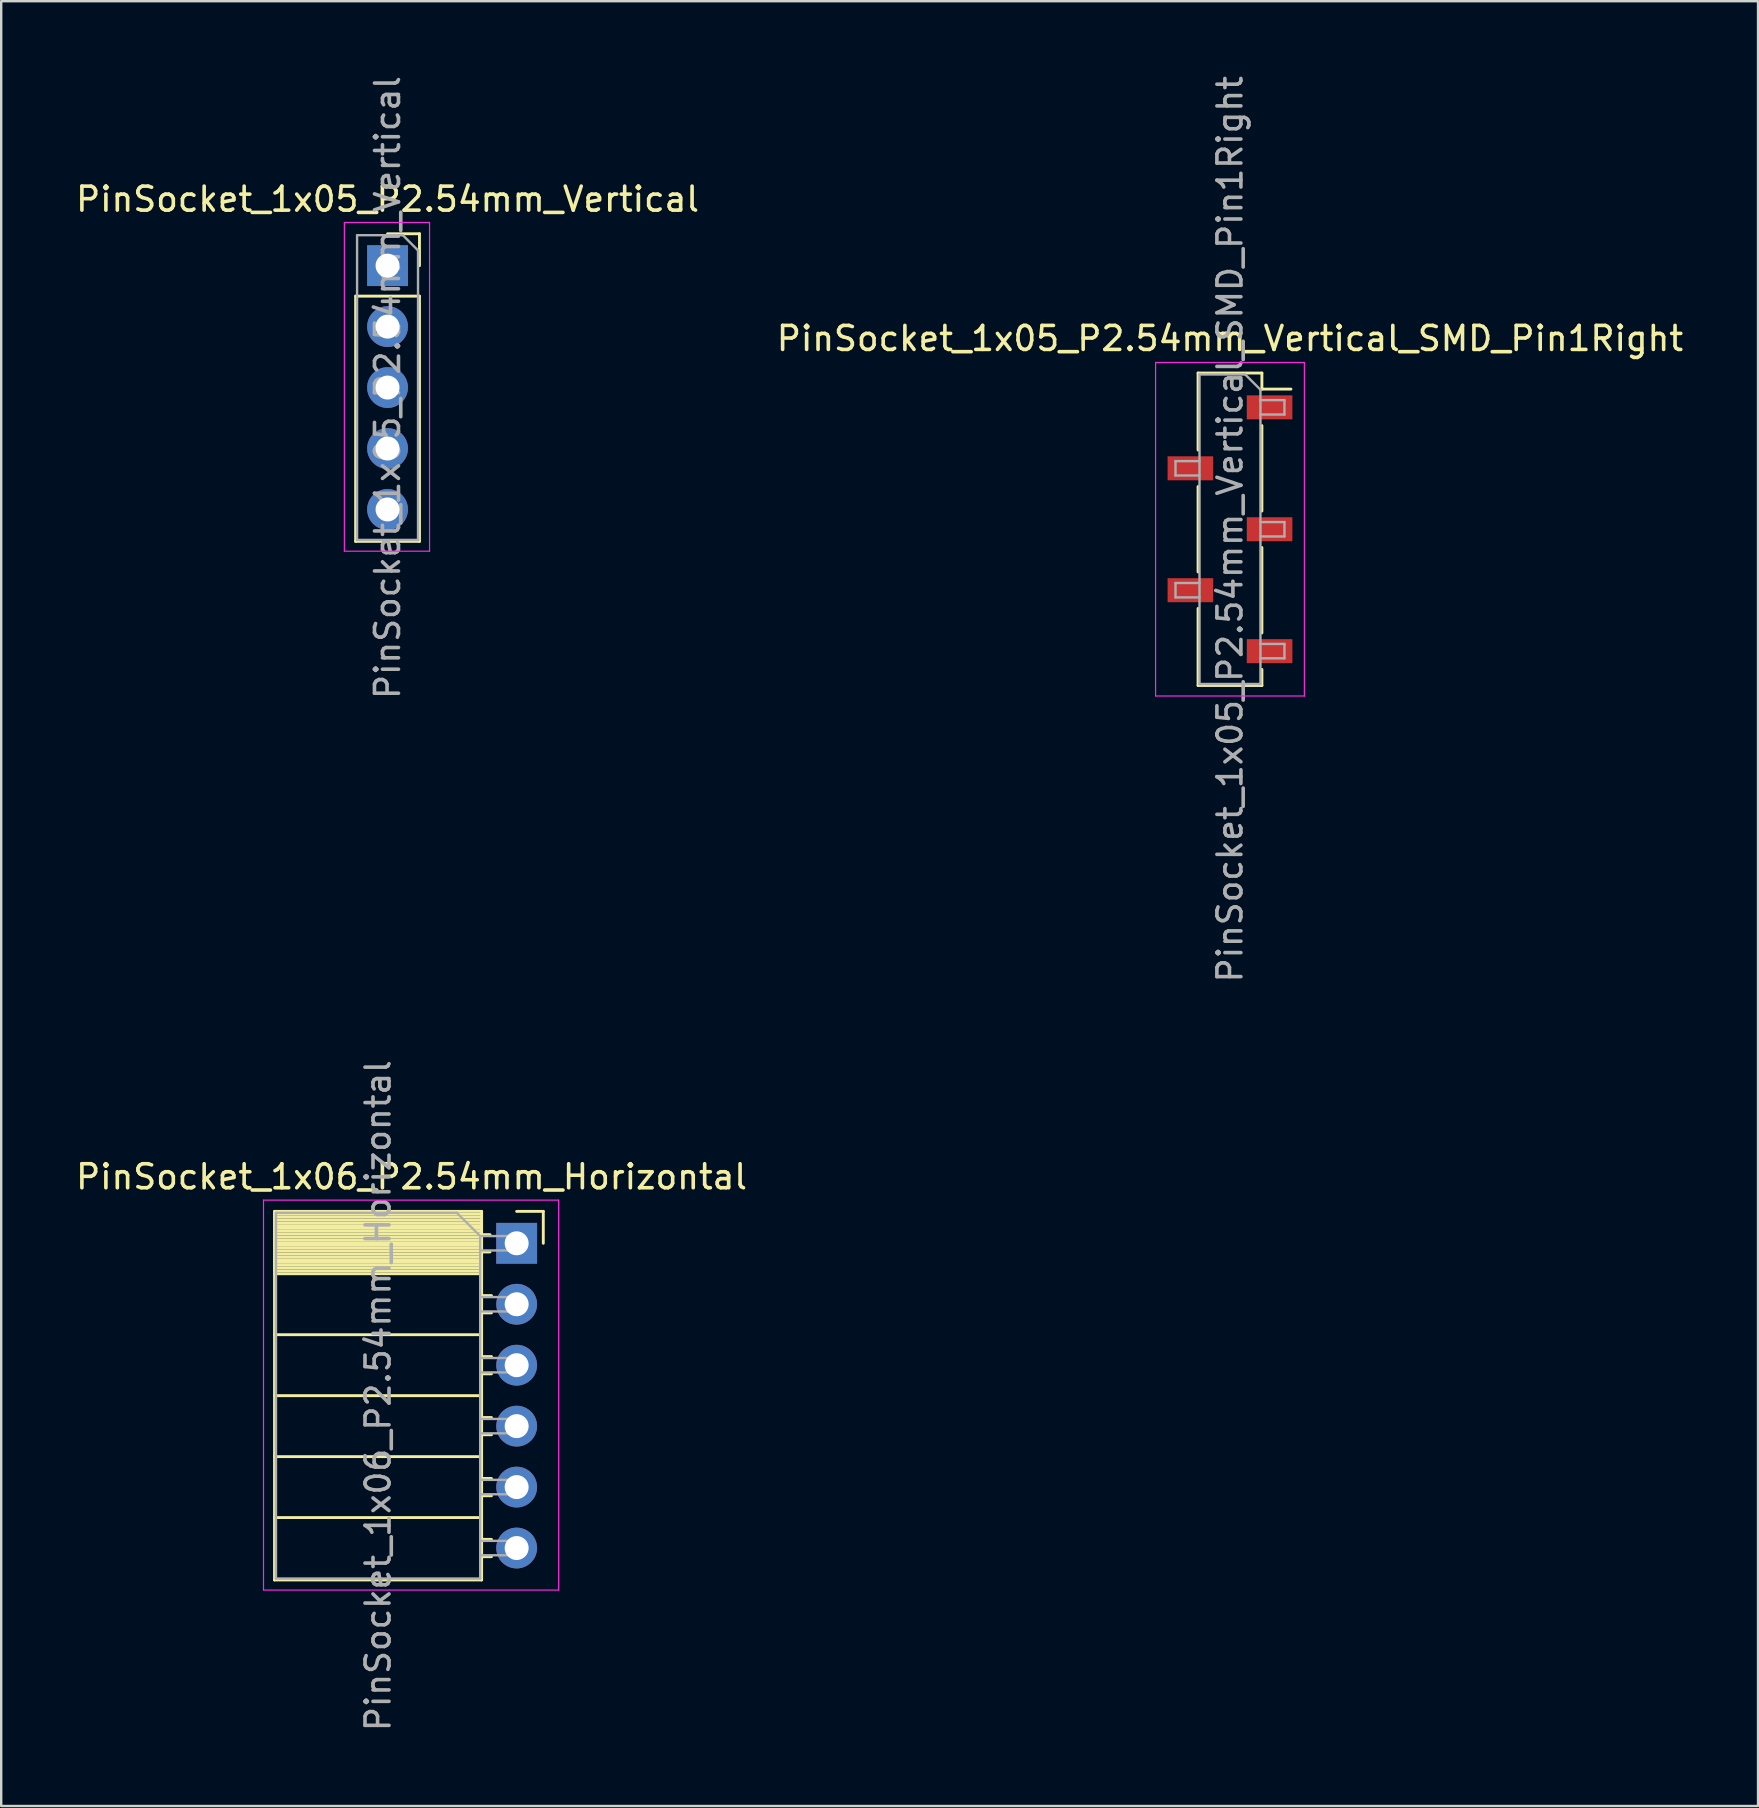
<source format=kicad_pcb>
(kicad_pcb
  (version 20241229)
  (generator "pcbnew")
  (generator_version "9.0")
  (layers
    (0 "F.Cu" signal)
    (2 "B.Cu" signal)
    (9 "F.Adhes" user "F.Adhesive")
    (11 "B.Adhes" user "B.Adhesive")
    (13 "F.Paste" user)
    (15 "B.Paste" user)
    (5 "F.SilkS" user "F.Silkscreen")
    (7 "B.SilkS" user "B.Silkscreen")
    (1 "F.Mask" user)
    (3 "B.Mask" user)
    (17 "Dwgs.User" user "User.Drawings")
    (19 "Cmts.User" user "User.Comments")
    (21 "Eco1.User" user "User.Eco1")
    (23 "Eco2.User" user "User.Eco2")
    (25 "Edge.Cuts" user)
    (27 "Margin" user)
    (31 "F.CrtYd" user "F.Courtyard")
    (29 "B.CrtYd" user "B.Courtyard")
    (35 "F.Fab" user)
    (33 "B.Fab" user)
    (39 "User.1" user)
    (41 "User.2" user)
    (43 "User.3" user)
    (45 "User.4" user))
  (footprint "PinSocket_1x05_P2.54mm_Vertical_SMD_Pin1Right"
    (layer "F.Cu")
    (at 48.208 19.006)
    (property "Reference" "PinSocket_1x05_P2.54mm_Vertical_SMD_Pin1Right" (at 0 -7.95 0) (layer "F.SilkS") (effects (font (size 1 1) (thickness 0.15))))
    (attr smd)
    (fp_line (start -1.33 -6.51) (end -1.33 -3.3) (stroke (width 0.12) (type solid)) (layer "F.SilkS"))
    (fp_line (start -1.33 -6.51) (end 1.33 -6.51) (stroke (width 0.12) (type solid)) (layer "F.SilkS"))
    (fp_line (start -1.33 -1.78) (end -1.33 1.78) (stroke (width 0.12) (type solid)) (layer "F.SilkS"))
    (fp_line (start -1.33 3.3) (end -1.33 6.51) (stroke (width 0.12) (type solid)) (layer "F.SilkS"))
    (fp_line (start -1.33 6.51) (end 1.33 6.51) (stroke (width 0.12) (type solid)) (layer "F.SilkS"))
    (fp_line (start 1.33 -6.51) (end 1.33 -5.84) (stroke (width 0.12) (type solid)) (layer "F.SilkS"))
    (fp_line (start 1.33 -5.84) (end 2.54 -5.84) (stroke (width 0.12) (type solid)) (layer "F.SilkS"))
    (fp_line (start 1.33 -4.32) (end 1.33 -0.76) (stroke (width 0.12) (type solid)) (layer "F.SilkS"))
    (fp_line (start 1.33 0.76) (end 1.33 4.32) (stroke (width 0.12) (type solid)) (layer "F.SilkS"))
    (fp_line (start 1.33 5.84) (end 1.33 6.51) (stroke (width 0.12) (type solid)) (layer "F.SilkS"))
    (fp_line (start -3.1 -6.95) (end 3.1 -6.95) (stroke (width 0.05) (type solid)) (layer "F.CrtYd"))
    (fp_line (start -3.1 6.95) (end -3.1 -6.95) (stroke (width 0.05) (type solid)) (layer "F.CrtYd"))
    (fp_line (start 3.1 -6.95) (end 3.1 6.95) (stroke (width 0.05) (type solid)) (layer "F.CrtYd"))
    (fp_line (start 3.1 6.95) (end -3.1 6.95) (stroke (width 0.05) (type solid)) (layer "F.CrtYd"))
    (fp_line (start -2.27 -2.84) (end -1.27 -2.84) (stroke (width 0.1) (type solid)) (layer "F.Fab"))
    (fp_line (start -2.27 -2.24) (end -2.27 -2.84) (stroke (width 0.1) (type solid)) (layer "F.Fab"))
    (fp_line (start -2.27 2.24) (end -1.27 2.24) (stroke (width 0.1) (type solid)) (layer "F.Fab"))
    (fp_line (start -2.27 2.84) (end -2.27 2.24) (stroke (width 0.1) (type solid)) (layer "F.Fab"))
    (fp_line (start -1.27 -6.45) (end 0.635 -6.45) (stroke (width 0.1) (type solid)) (layer "F.Fab"))
    (fp_line (start -1.27 -2.24) (end -2.27 -2.24) (stroke (width 0.1) (type solid)) (layer "F.Fab"))
    (fp_line (start -1.27 2.84) (end -2.27 2.84) (stroke (width 0.1) (type solid)) (layer "F.Fab"))
    (fp_line (start -1.27 6.45) (end -1.27 -6.45) (stroke (width 0.1) (type solid)) (layer "F.Fab"))
    (fp_line (start 0.635 -6.45) (end 1.27 -5.815) (stroke (width 0.1) (type solid)) (layer "F.Fab"))
    (fp_line (start 1.27 -5.815) (end 1.27 6.45) (stroke (width 0.1) (type solid)) (layer "F.Fab"))
    (fp_line (start 1.27 -5.38) (end 2.27 -5.38) (stroke (width 0.1) (type solid)) (layer "F.Fab"))
    (fp_line (start 1.27 -0.3) (end 2.27 -0.3) (stroke (width 0.1) (type solid)) (layer "F.Fab"))
    (fp_line (start 1.27 4.78) (end 2.27 4.78) (stroke (width 0.1) (type solid)) (layer "F.Fab"))
    (fp_line (start 1.27 6.45) (end -1.27 6.45) (stroke (width 0.1) (type solid)) (layer "F.Fab"))
    (fp_line (start 2.27 -5.38) (end 2.27 -4.78) (stroke (width 0.1) (type solid)) (layer "F.Fab"))
    (fp_line (start 2.27 -4.78) (end 1.27 -4.78) (stroke (width 0.1) (type solid)) (layer "F.Fab"))
    (fp_line (start 2.27 -0.3) (end 2.27 0.3) (stroke (width 0.1) (type solid)) (layer "F.Fab"))
    (fp_line (start 2.27 0.3) (end 1.27 0.3) (stroke (width 0.1) (type solid)) (layer "F.Fab"))
    (fp_line (start 2.27 4.78) (end 2.27 5.38) (stroke (width 0.1) (type solid)) (layer "F.Fab"))
    (fp_line (start 2.27 5.38) (end 1.27 5.38) (stroke (width 0.1) (type solid)) (layer "F.Fab"))
    (fp_text user "${REFERENCE}" (at 0 0 90) (layer "F.Fab") (effects (font (size 1 1) (thickness 0.15))))
    (pad "1" smd rect (at 1.65 -5.08) (size 1.9 1) (layers "F.Cu" "F.Mask" "F.Paste"))
    (pad "2" smd rect (at -1.65 -2.54) (size 1.9 1) (layers "F.Cu" "F.Mask" "F.Paste"))
    (pad "3" smd rect (at 1.65 0) (size 1.9 1) (layers "F.Cu" "F.Mask" "F.Paste"))
    (pad "4" smd rect (at -1.65 2.54) (size 1.9 1) (layers "F.Cu" "F.Mask" "F.Paste"))
    (pad "5" smd rect (at 1.65 5.08) (size 1.9 1) (layers "F.Cu" "F.Mask" "F.Paste")))
  (footprint "PinSocket_1x05_P2.54mm_Vertical"
    (layer "F.Cu")
    (at 13.101 8.021)
    (property "Reference" "PinSocket_1x05_P2.54mm_Vertical" (at 0 -2.77 0) (layer "F.SilkS") (effects (font (size 1 1) (thickness 0.15))))
    (attr through_hole)
    (fp_line (start -1.33 1.27) (end -1.33 11.49) (stroke (width 0.12) (type solid)) (layer "F.SilkS"))
    (fp_line (start -1.33 1.27) (end 1.33 1.27) (stroke (width 0.12) (type solid)) (layer "F.SilkS"))
    (fp_line (start -1.33 11.49) (end 1.33 11.49) (stroke (width 0.12) (type solid)) (layer "F.SilkS"))
    (fp_line (start 0 -1.33) (end 1.33 -1.33) (stroke (width 0.12) (type solid)) (layer "F.SilkS"))
    (fp_line (start 1.33 -1.33) (end 1.33 0) (stroke (width 0.12) (type solid)) (layer "F.SilkS"))
    (fp_line (start 1.33 1.27) (end 1.33 11.49) (stroke (width 0.12) (type solid)) (layer "F.SilkS"))
    (fp_line (start -1.8 -1.8) (end 1.75 -1.8) (stroke (width 0.05) (type solid)) (layer "F.CrtYd"))
    (fp_line (start -1.8 11.9) (end -1.8 -1.8) (stroke (width 0.05) (type solid)) (layer "F.CrtYd"))
    (fp_line (start 1.75 -1.8) (end 1.75 11.9) (stroke (width 0.05) (type solid)) (layer "F.CrtYd"))
    (fp_line (start 1.75 11.9) (end -1.8 11.9) (stroke (width 0.05) (type solid)) (layer "F.CrtYd"))
    (fp_line (start -1.27 -1.27) (end 0.635 -1.27) (stroke (width 0.1) (type solid)) (layer "F.Fab"))
    (fp_line (start -1.27 11.43) (end -1.27 -1.27) (stroke (width 0.1) (type solid)) (layer "F.Fab"))
    (fp_line (start 0.635 -1.27) (end 1.27 -0.635) (stroke (width 0.1) (type solid)) (layer "F.Fab"))
    (fp_line (start 1.27 -0.635) (end 1.27 11.43) (stroke (width 0.1) (type solid)) (layer "F.Fab"))
    (fp_line (start 1.27 11.43) (end -1.27 11.43) (stroke (width 0.1) (type solid)) (layer "F.Fab"))
    (fp_text user "${REFERENCE}" (at 0 5.08 90) (layer "F.Fab") (effects (font (size 1 1) (thickness 0.15))))
    (pad "1" thru_hole rect (at 0 0) (size 1.7 1.7) (drill 1) (layers "*.Cu" "*.Mask"))
    (pad "2" thru_hole oval (at 0 2.54) (size 1.7 1.7) (drill 1) (layers "*.Cu" "*.Mask"))
    (pad "3" thru_hole oval (at 0 5.08) (size 1.7 1.7) (drill 1) (layers "*.Cu" "*.Mask"))
    (pad "4" thru_hole oval (at 0 7.62) (size 1.7 1.7) (drill 1) (layers "*.Cu" "*.Mask"))
    (pad "5" thru_hole oval (at 0 10.16) (size 1.7 1.7) (drill 1) (layers "*.Cu" "*.Mask")))
  (footprint "PinSocket_1x06_P2.54mm_Horizontal"
    (layer "F.Cu")
    (at 18.481 48.763)
    (property "Reference" "PinSocket_1x06_P2.54mm_Horizontal" (at -4.38 -2.77 0) (layer "F.SilkS") (effects (font (size 1 1) (thickness 0.15))))
    (attr through_hole)
    (fp_line (start -10.09 -1.33) (end -10.09 14.03) (stroke (width 0.12) (type solid)) (layer "F.SilkS"))
    (fp_line (start -10.09 -1.33) (end -1.46 -1.33) (stroke (width 0.12) (type solid)) (layer "F.SilkS"))
    (fp_line (start -10.09 -1.21) (end -1.46 -1.21) (stroke (width 0.12) (type solid)) (layer "F.SilkS"))
    (fp_line (start -10.09 -1.092) (end -1.46 -1.092) (stroke (width 0.12) (type solid)) (layer "F.SilkS"))
    (fp_line (start -10.09 -0.974) (end -1.46 -0.974) (stroke (width 0.12) (type solid)) (layer "F.SilkS"))
    (fp_line (start -10.09 -0.856) (end -1.46 -0.856) (stroke (width 0.12) (type solid)) (layer "F.SilkS"))
    (fp_line (start -10.09 -0.738) (end -1.46 -0.738) (stroke (width 0.12) (type solid)) (layer "F.SilkS"))
    (fp_line (start -10.09 -0.62) (end -1.46 -0.62) (stroke (width 0.12) (type solid)) (layer "F.SilkS"))
    (fp_line (start -10.09 -0.501) (end -1.46 -0.501) (stroke (width 0.12) (type solid)) (layer "F.SilkS"))
    (fp_line (start -10.09 -0.383) (end -1.46 -0.383) (stroke (width 0.12) (type solid)) (layer "F.SilkS"))
    (fp_line (start -10.09 -0.265) (end -1.46 -0.265) (stroke (width 0.12) (type solid)) (layer "F.SilkS"))
    (fp_line (start -10.09 -0.147) (end -1.46 -0.147) (stroke (width 0.12) (type solid)) (layer "F.SilkS"))
    (fp_line (start -10.09 -0.029) (end -1.46 -0.029) (stroke (width 0.12) (type solid)) (layer "F.SilkS"))
    (fp_line (start -10.09 0.089) (end -1.46 0.089) (stroke (width 0.12) (type solid)) (layer "F.SilkS"))
    (fp_line (start -10.09 0.207) (end -1.46 0.207) (stroke (width 0.12) (type solid)) (layer "F.SilkS"))
    (fp_line (start -10.09 0.325) (end -1.46 0.325) (stroke (width 0.12) (type solid)) (layer "F.SilkS"))
    (fp_line (start -10.09 0.443) (end -1.46 0.443) (stroke (width 0.12) (type solid)) (layer "F.SilkS"))
    (fp_line (start -10.09 0.561) (end -1.46 0.561) (stroke (width 0.12) (type solid)) (layer "F.SilkS"))
    (fp_line (start -10.09 0.68) (end -1.46 0.68) (stroke (width 0.12) (type solid)) (layer "F.SilkS"))
    (fp_line (start -10.09 0.798) (end -1.46 0.798) (stroke (width 0.12) (type solid)) (layer "F.SilkS"))
    (fp_line (start -10.09 0.916) (end -1.46 0.916) (stroke (width 0.12) (type solid)) (layer "F.SilkS"))
    (fp_line (start -10.09 1.034) (end -1.46 1.034) (stroke (width 0.12) (type solid)) (layer "F.SilkS"))
    (fp_line (start -10.09 1.152) (end -1.46 1.152) (stroke (width 0.12) (type solid)) (layer "F.SilkS"))
    (fp_line (start -10.09 1.27) (end -1.46 1.27) (stroke (width 0.12) (type solid)) (layer "F.SilkS"))
    (fp_line (start -10.09 3.81) (end -1.46 3.81) (stroke (width 0.12) (type solid)) (layer "F.SilkS"))
    (fp_line (start -10.09 6.35) (end -1.46 6.35) (stroke (width 0.12) (type solid)) (layer "F.SilkS"))
    (fp_line (start -10.09 8.89) (end -1.46 8.89) (stroke (width 0.12) (type solid)) (layer "F.SilkS"))
    (fp_line (start -10.09 11.43) (end -1.46 11.43) (stroke (width 0.12) (type solid)) (layer "F.SilkS"))
    (fp_line (start -10.09 14.03) (end -1.46 14.03) (stroke (width 0.12) (type solid)) (layer "F.SilkS"))
    (fp_line (start -1.46 -1.33) (end -1.46 14.03) (stroke (width 0.12) (type solid)) (layer "F.SilkS"))
    (fp_line (start -1.46 -0.36) (end -1.11 -0.36) (stroke (width 0.12) (type solid)) (layer "F.SilkS"))
    (fp_line (start -1.46 0.36) (end -1.11 0.36) (stroke (width 0.12) (type solid)) (layer "F.SilkS"))
    (fp_line (start -1.46 2.18) (end -1.05 2.18) (stroke (width 0.12) (type solid)) (layer "F.SilkS"))
    (fp_line (start -1.46 2.9) (end -1.05 2.9) (stroke (width 0.12) (type solid)) (layer "F.SilkS"))
    (fp_line (start -1.46 4.72) (end -1.05 4.72) (stroke (width 0.12) (type solid)) (layer "F.SilkS"))
    (fp_line (start -1.46 5.44) (end -1.05 5.44) (stroke (width 0.12) (type solid)) (layer "F.SilkS"))
    (fp_line (start -1.46 7.26) (end -1.05 7.26) (stroke (width 0.12) (type solid)) (layer "F.SilkS"))
    (fp_line (start -1.46 7.98) (end -1.05 7.98) (stroke (width 0.12) (type solid)) (layer "F.SilkS"))
    (fp_line (start -1.46 9.8) (end -1.05 9.8) (stroke (width 0.12) (type solid)) (layer "F.SilkS"))
    (fp_line (start -1.46 10.52) (end -1.05 10.52) (stroke (width 0.12) (type solid)) (layer "F.SilkS"))
    (fp_line (start -1.46 12.34) (end -1.05 12.34) (stroke (width 0.12) (type solid)) (layer "F.SilkS"))
    (fp_line (start -1.46 13.06) (end -1.05 13.06) (stroke (width 0.12) (type solid)) (layer "F.SilkS"))
    (fp_line (start 0 -1.33) (end 1.11 -1.33) (stroke (width 0.12) (type solid)) (layer "F.SilkS"))
    (fp_line (start 1.11 -1.33) (end 1.11 0) (stroke (width 0.12) (type solid)) (layer "F.SilkS"))
    (fp_line (start -10.55 -1.8) (end -10.55 14.45) (stroke (width 0.05) (type solid)) (layer "F.CrtYd"))
    (fp_line (start -10.55 14.45) (end 1.75 14.45) (stroke (width 0.05) (type solid)) (layer "F.CrtYd"))
    (fp_line (start 1.75 -1.8) (end -10.55 -1.8) (stroke (width 0.05) (type solid)) (layer "F.CrtYd"))
    (fp_line (start 1.75 14.45) (end 1.75 -1.8) (stroke (width 0.05) (type solid)) (layer "F.CrtYd"))
    (fp_line (start -10.03 -1.27) (end -2.49 -1.27) (stroke (width 0.1) (type solid)) (layer "F.Fab"))
    (fp_line (start -10.03 13.97) (end -10.03 -1.27) (stroke (width 0.1) (type solid)) (layer "F.Fab"))
    (fp_line (start -2.49 -1.27) (end -1.52 -0.3) (stroke (width 0.1) (type solid)) (layer "F.Fab"))
    (fp_line (start -1.52 -0.3) (end -1.52 13.97) (stroke (width 0.1) (type solid)) (layer "F.Fab"))
    (fp_line (start -1.52 0.3) (end 0 0.3) (stroke (width 0.1) (type solid)) (layer "F.Fab"))
    (fp_line (start -1.52 2.84) (end 0 2.84) (stroke (width 0.1) (type solid)) (layer "F.Fab"))
    (fp_line (start -1.52 5.38) (end 0 5.38) (stroke (width 0.1) (type solid)) (layer "F.Fab"))
    (fp_line (start -1.52 7.92) (end 0 7.92) (stroke (width 0.1) (type solid)) (layer "F.Fab"))
    (fp_line (start -1.52 10.46) (end 0 10.46) (stroke (width 0.1) (type solid)) (layer "F.Fab"))
    (fp_line (start -1.52 13) (end 0 13) (stroke (width 0.1) (type solid)) (layer "F.Fab"))
    (fp_line (start -1.52 13.97) (end -10.03 13.97) (stroke (width 0.1) (type solid)) (layer "F.Fab"))
    (fp_line (start 0 -0.3) (end -1.52 -0.3) (stroke (width 0.1) (type solid)) (layer "F.Fab"))
    (fp_line (start 0 0.3) (end 0 -0.3) (stroke (width 0.1) (type solid)) (layer "F.Fab"))
    (fp_line (start 0 2.24) (end -1.52 2.24) (stroke (width 0.1) (type solid)) (layer "F.Fab"))
    (fp_line (start 0 2.84) (end 0 2.24) (stroke (width 0.1) (type solid)) (layer "F.Fab"))
    (fp_line (start 0 4.78) (end -1.52 4.78) (stroke (width 0.1) (type solid)) (layer "F.Fab"))
    (fp_line (start 0 5.38) (end 0 4.78) (stroke (width 0.1) (type solid)) (layer "F.Fab"))
    (fp_line (start 0 7.32) (end -1.52 7.32) (stroke (width 0.1) (type solid)) (layer "F.Fab"))
    (fp_line (start 0 7.92) (end 0 7.32) (stroke (width 0.1) (type solid)) (layer "F.Fab"))
    (fp_line (start 0 9.86) (end -1.52 9.86) (stroke (width 0.1) (type solid)) (layer "F.Fab"))
    (fp_line (start 0 10.46) (end 0 9.86) (stroke (width 0.1) (type solid)) (layer "F.Fab"))
    (fp_line (start 0 12.4) (end -1.52 12.4) (stroke (width 0.1) (type solid)) (layer "F.Fab"))
    (fp_line (start 0 13) (end 0 12.4) (stroke (width 0.1) (type solid)) (layer "F.Fab"))
    (fp_text user "${REFERENCE}" (at -5.775 6.35 90) (layer "F.Fab") (effects (font (size 1 1) (thickness 0.15))))
    (pad "1" thru_hole rect (at 0 0) (size 1.7 1.7) (drill 1) (layers "*.Cu" "*.Mask"))
    (pad "2" thru_hole oval (at 0 2.54) (size 1.7 1.7) (drill 1) (layers "*.Cu" "*.Mask"))
    (pad "3" thru_hole oval (at 0 5.08) (size 1.7 1.7) (drill 1) (layers "*.Cu" "*.Mask"))
    (pad "4" thru_hole oval (at 0 7.62) (size 1.7 1.7) (drill 1) (layers "*.Cu" "*.Mask"))
    (pad "5" thru_hole oval (at 0 10.16) (size 1.7 1.7) (drill 1) (layers "*.Cu" "*.Mask"))
    (pad "6" thru_hole oval (at 0 12.7) (size 1.7 1.7) (drill 1) (layers "*.Cu" "*.Mask")))
  (gr_rect
    (start -3 -3)
    (end 70.214 72.214)
    (stroke (width 0.1) (type default))
    (fill no)
    (layer "Edge.Cuts")))
</source>
